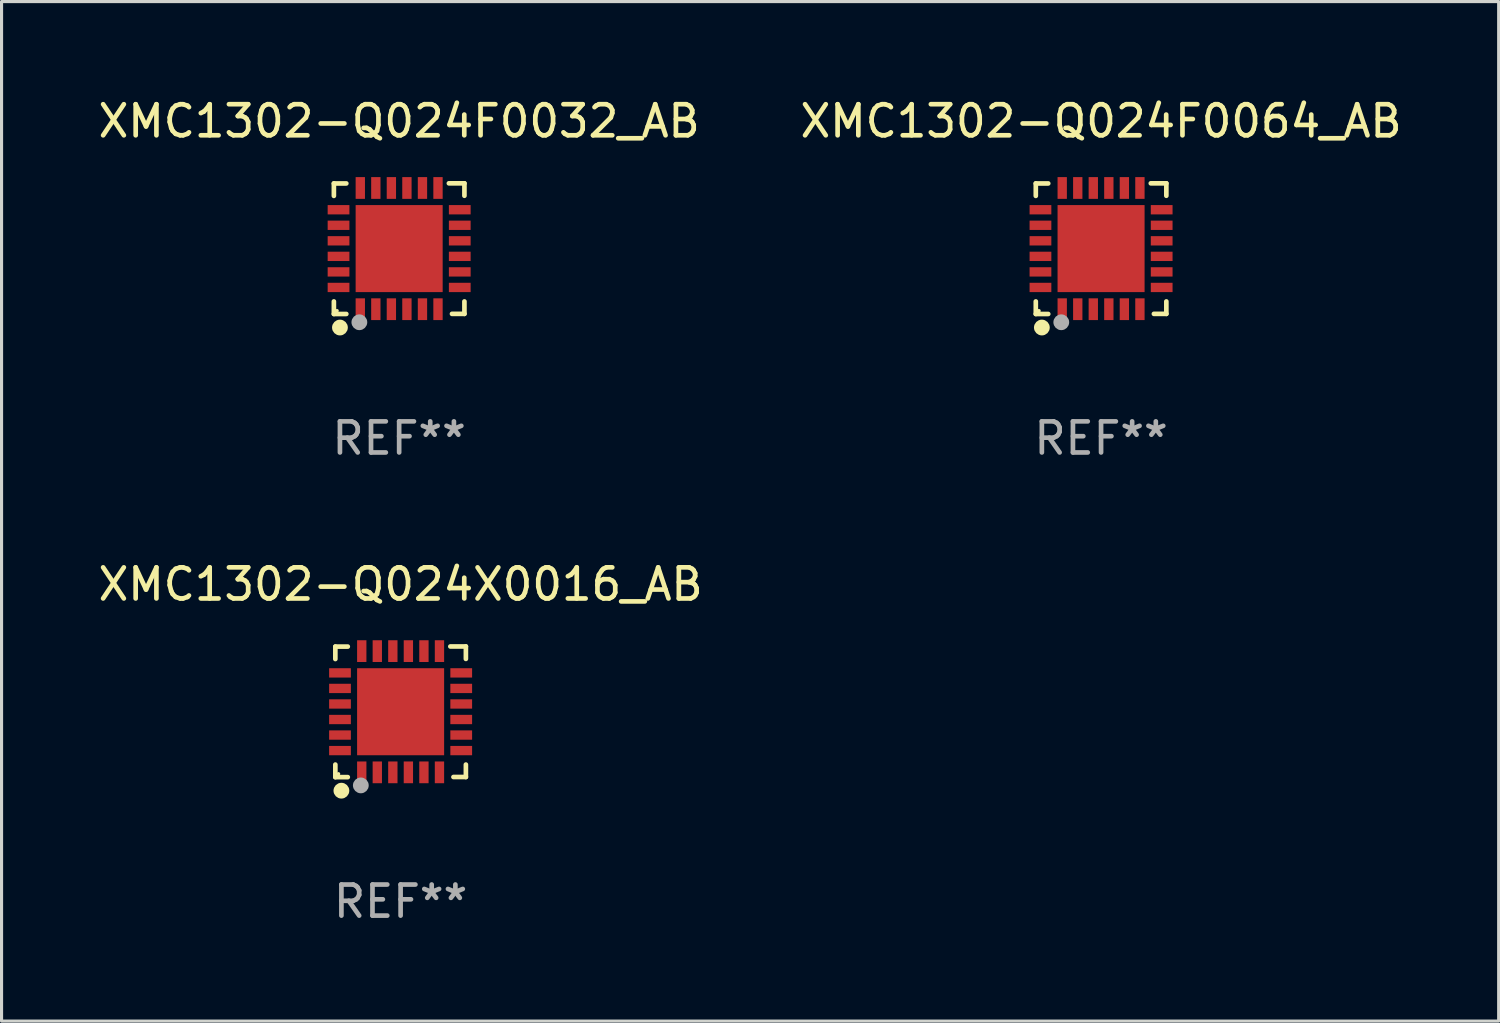
<source format=kicad_pcb>
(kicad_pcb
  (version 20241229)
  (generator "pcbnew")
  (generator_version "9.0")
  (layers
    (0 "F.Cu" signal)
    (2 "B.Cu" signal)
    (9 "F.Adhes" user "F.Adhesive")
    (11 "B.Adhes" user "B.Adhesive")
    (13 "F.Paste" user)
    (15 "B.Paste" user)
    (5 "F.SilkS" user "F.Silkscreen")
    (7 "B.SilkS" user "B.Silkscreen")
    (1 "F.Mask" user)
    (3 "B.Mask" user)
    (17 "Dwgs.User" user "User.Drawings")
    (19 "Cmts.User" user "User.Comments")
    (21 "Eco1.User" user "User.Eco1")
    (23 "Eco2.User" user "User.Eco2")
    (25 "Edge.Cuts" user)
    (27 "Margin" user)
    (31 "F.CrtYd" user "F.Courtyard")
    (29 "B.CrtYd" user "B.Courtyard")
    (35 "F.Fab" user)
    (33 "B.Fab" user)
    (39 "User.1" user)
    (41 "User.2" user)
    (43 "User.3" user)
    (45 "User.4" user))
  (footprint "XMC1302-Q024X0016_AB"
    (layer "F.Cu")
    (at 9.839 19.851)
    (property "Reference" "XMC1302-Q024X0016_AB" (at 0 -4.102 0) (layer "F.SilkS") (effects (font (size 1 1) (thickness 0.15))))
    (attr through_hole)
    (fp_line (start -2.1 -2.098) (end -1.7 -2.098) (stroke (width 0.15) (type solid)) (layer "F.SilkS"))
    (fp_line (start -2.1 -1.698) (end -2.1 -2.098) (stroke (width 0.15) (type solid)) (layer "F.SilkS"))
    (fp_line (start -2.1 2.102) (end -2.1 1.698) (stroke (width 0.15) (type solid)) (layer "F.SilkS"))
    (fp_line (start -1.7 2.102) (end -2.1 2.102) (stroke (width 0.15) (type solid)) (layer "F.SilkS"))
    (fp_line (start 1.6 -2.102) (end 2.1 -2.102) (stroke (width 0.15) (type solid)) (layer "F.SilkS"))
    (fp_line (start 1.7 2.098) (end 2.1 2.098) (stroke (width 0.15) (type solid)) (layer "F.SilkS"))
    (fp_line (start 2.1 -2.102) (end 2.1 -1.702) (stroke (width 0.15) (type solid)) (layer "F.SilkS"))
    (fp_line (start 2.1 2.098) (end 2.1 1.698) (stroke (width 0.15) (type solid)) (layer "F.SilkS"))
    (fp_circle (center -2 1.998) (end -1.97 1.998) (stroke (width 0.06) (type solid)) (fill no) (layer "F.SilkS"))
    (fp_circle (center -1.905 2.538) (end -1.778 2.538) (stroke (width 0.254) (type solid)) (fill no) (layer "F.SilkS"))
    (fp_circle (center -1.28 2.368) (end -1.153 2.368) (stroke (width 0.254) (type solid)) (fill no) (layer "F.Fab"))
    (fp_text user "REF**" (at 0 6.102 0) (layer "F.Fab") (effects (font (size 1 1) (thickness 0.15))))
    (pad "1" smd rect (at -1.25 1.948 180) (size 0.3 0.7) (layers "F.Cu" "F.Mask" "F.Paste"))
    (pad "2" smd rect (at -0.75 1.948 180) (size 0.3 0.7) (layers "F.Cu" "F.Mask" "F.Paste"))
    (pad "3" smd rect (at -0.25 1.948 180) (size 0.3 0.7) (layers "F.Cu" "F.Mask" "F.Paste"))
    (pad "4" smd rect (at 0.25 1.948 180) (size 0.3 0.7) (layers "F.Cu" "F.Mask" "F.Paste"))
    (pad "5" smd rect (at 0.75 1.948 180) (size 0.3 0.7) (layers "F.Cu" "F.Mask" "F.Paste"))
    (pad "6" smd rect (at 1.25 1.948 180) (size 0.3 0.7) (layers "F.Cu" "F.Mask" "F.Paste"))
    (pad "7" smd rect (at 1.95 1.248 270) (size 0.3 0.7) (layers "F.Cu" "F.Mask" "F.Paste"))
    (pad "8" smd rect (at 1.95 0.748 270) (size 0.3 0.7) (layers "F.Cu" "F.Mask" "F.Paste"))
    (pad "9" smd rect (at 1.95 0.248 270) (size 0.3 0.7) (layers "F.Cu" "F.Mask" "F.Paste"))
    (pad "10" smd rect (at 1.95 -0.252 270) (size 0.3 0.7) (layers "F.Cu" "F.Mask" "F.Paste"))
    (pad "11" smd rect (at 1.95 -0.752 270) (size 0.3 0.7) (layers "F.Cu" "F.Mask" "F.Paste"))
    (pad "12" smd rect (at 1.95 -1.252 270) (size 0.3 0.7) (layers "F.Cu" "F.Mask" "F.Paste"))
    (pad "13" smd rect (at 1.25 -1.952) (size 0.3 0.7) (layers "F.Cu" "F.Mask" "F.Paste"))
    (pad "14" smd rect (at 0.75 -1.952) (size 0.3 0.7) (layers "F.Cu" "F.Mask" "F.Paste"))
    (pad "15" smd rect (at 0.25 -1.952) (size 0.3 0.7) (layers "F.Cu" "F.Mask" "F.Paste"))
    (pad "16" smd rect (at -0.25 -1.952) (size 0.3 0.7) (layers "F.Cu" "F.Mask" "F.Paste"))
    (pad "17" smd rect (at -0.75 -1.952) (size 0.3 0.7) (layers "F.Cu" "F.Mask" "F.Paste"))
    (pad "18" smd rect (at -1.25 -1.952) (size 0.3 0.7) (layers "F.Cu" "F.Mask" "F.Paste"))
    (pad "19" smd rect (at -1.95 -1.252 90) (size 0.3 0.7) (layers "F.Cu" "F.Mask" "F.Paste"))
    (pad "20" smd rect (at -1.95 -0.752 90) (size 0.3 0.7) (layers "F.Cu" "F.Mask" "F.Paste"))
    (pad "21" smd rect (at -1.95 -0.252 90) (size 0.3 0.7) (layers "F.Cu" "F.Mask" "F.Paste"))
    (pad "22" smd rect (at -1.95 0.248 90) (size 0.3 0.7) (layers "F.Cu" "F.Mask" "F.Paste"))
    (pad "23" smd rect (at -1.95 0.748 90) (size 0.3 0.7) (layers "F.Cu" "F.Mask" "F.Paste"))
    (pad "24" smd rect (at -1.95 1.248 90) (size 0.3 0.7) (layers "F.Cu" "F.Mask" "F.Paste"))
    (pad "25" smd rect (at 0.000038 -0.002) (size 2.8 2.8) (layers "F.Cu" "F.Mask" "F.Paste")))
  (footprint "XMC1302-Q024F0064_AB"
    (layer "F.Cu")
    (at 32.375 4.95)
    (property "Reference" "XMC1302-Q024F0064_AB" (at 0 -4.102 0) (layer "F.SilkS") (effects (font (size 1 1) (thickness 0.15))))
    (attr through_hole)
    (fp_line (start -2.1 -2.098) (end -1.7 -2.098) (stroke (width 0.15) (type solid)) (layer "F.SilkS"))
    (fp_line (start -2.1 -1.698) (end -2.1 -2.098) (stroke (width 0.15) (type solid)) (layer "F.SilkS"))
    (fp_line (start -2.1 2.102) (end -2.1 1.698) (stroke (width 0.15) (type solid)) (layer "F.SilkS"))
    (fp_line (start -1.7 2.102) (end -2.1 2.102) (stroke (width 0.15) (type solid)) (layer "F.SilkS"))
    (fp_line (start 1.6 -2.102) (end 2.1 -2.102) (stroke (width 0.15) (type solid)) (layer "F.SilkS"))
    (fp_line (start 1.7 2.098) (end 2.1 2.098) (stroke (width 0.15) (type solid)) (layer "F.SilkS"))
    (fp_line (start 2.1 -2.102) (end 2.1 -1.702) (stroke (width 0.15) (type solid)) (layer "F.SilkS"))
    (fp_line (start 2.1 2.098) (end 2.1 1.698) (stroke (width 0.15) (type solid)) (layer "F.SilkS"))
    (fp_circle (center -2 1.998) (end -1.97 1.998) (stroke (width 0.06) (type solid)) (fill no) (layer "F.SilkS"))
    (fp_circle (center -1.905 2.538) (end -1.778 2.538) (stroke (width 0.254) (type solid)) (fill no) (layer "F.SilkS"))
    (fp_circle (center -1.28 2.368) (end -1.153 2.368) (stroke (width 0.254) (type solid)) (fill no) (layer "F.Fab"))
    (fp_text user "REF**" (at 0 6.102 0) (layer "F.Fab") (effects (font (size 1 1) (thickness 0.15))))
    (pad "1" smd rect (at -1.25 1.948 180) (size 0.3 0.7) (layers "F.Cu" "F.Mask" "F.Paste"))
    (pad "2" smd rect (at -0.75 1.948 180) (size 0.3 0.7) (layers "F.Cu" "F.Mask" "F.Paste"))
    (pad "3" smd rect (at -0.25 1.948 180) (size 0.3 0.7) (layers "F.Cu" "F.Mask" "F.Paste"))
    (pad "4" smd rect (at 0.25 1.948 180) (size 0.3 0.7) (layers "F.Cu" "F.Mask" "F.Paste"))
    (pad "5" smd rect (at 0.75 1.948 180) (size 0.3 0.7) (layers "F.Cu" "F.Mask" "F.Paste"))
    (pad "6" smd rect (at 1.25 1.948 180) (size 0.3 0.7) (layers "F.Cu" "F.Mask" "F.Paste"))
    (pad "7" smd rect (at 1.95 1.248 270) (size 0.3 0.7) (layers "F.Cu" "F.Mask" "F.Paste"))
    (pad "8" smd rect (at 1.95 0.748 270) (size 0.3 0.7) (layers "F.Cu" "F.Mask" "F.Paste"))
    (pad "9" smd rect (at 1.95 0.248 270) (size 0.3 0.7) (layers "F.Cu" "F.Mask" "F.Paste"))
    (pad "10" smd rect (at 1.95 -0.252 270) (size 0.3 0.7) (layers "F.Cu" "F.Mask" "F.Paste"))
    (pad "11" smd rect (at 1.95 -0.752 270) (size 0.3 0.7) (layers "F.Cu" "F.Mask" "F.Paste"))
    (pad "12" smd rect (at 1.95 -1.252 270) (size 0.3 0.7) (layers "F.Cu" "F.Mask" "F.Paste"))
    (pad "13" smd rect (at 1.25 -1.952) (size 0.3 0.7) (layers "F.Cu" "F.Mask" "F.Paste"))
    (pad "14" smd rect (at 0.75 -1.952) (size 0.3 0.7) (layers "F.Cu" "F.Mask" "F.Paste"))
    (pad "15" smd rect (at 0.25 -1.952) (size 0.3 0.7) (layers "F.Cu" "F.Mask" "F.Paste"))
    (pad "16" smd rect (at -0.25 -1.952) (size 0.3 0.7) (layers "F.Cu" "F.Mask" "F.Paste"))
    (pad "17" smd rect (at -0.75 -1.952) (size 0.3 0.7) (layers "F.Cu" "F.Mask" "F.Paste"))
    (pad "18" smd rect (at -1.25 -1.952) (size 0.3 0.7) (layers "F.Cu" "F.Mask" "F.Paste"))
    (pad "19" smd rect (at -1.95 -1.252 90) (size 0.3 0.7) (layers "F.Cu" "F.Mask" "F.Paste"))
    (pad "20" smd rect (at -1.95 -0.752 90) (size 0.3 0.7) (layers "F.Cu" "F.Mask" "F.Paste"))
    (pad "21" smd rect (at -1.95 -0.252 90) (size 0.3 0.7) (layers "F.Cu" "F.Mask" "F.Paste"))
    (pad "22" smd rect (at -1.95 0.248 90) (size 0.3 0.7) (layers "F.Cu" "F.Mask" "F.Paste"))
    (pad "23" smd rect (at -1.95 0.748 90) (size 0.3 0.7) (layers "F.Cu" "F.Mask" "F.Paste"))
    (pad "24" smd rect (at -1.95 1.248 90) (size 0.3 0.7) (layers "F.Cu" "F.Mask" "F.Paste"))
    (pad "25" smd rect (at 0.000038 -0.002) (size 2.8 2.8) (layers "F.Cu" "F.Mask" "F.Paste")))
  (footprint "XMC1302-Q024F0032_AB"
    (layer "F.Cu")
    (at 9.792 4.95)
    (property "Reference" "XMC1302-Q024F0032_AB" (at 0 -4.102 0) (layer "F.SilkS") (effects (font (size 1 1) (thickness 0.15))))
    (attr through_hole)
    (fp_line (start -2.1 -2.098) (end -1.7 -2.098) (stroke (width 0.15) (type solid)) (layer "F.SilkS"))
    (fp_line (start -2.1 -1.698) (end -2.1 -2.098) (stroke (width 0.15) (type solid)) (layer "F.SilkS"))
    (fp_line (start -2.1 2.102) (end -2.1 1.698) (stroke (width 0.15) (type solid)) (layer "F.SilkS"))
    (fp_line (start -1.7 2.102) (end -2.1 2.102) (stroke (width 0.15) (type solid)) (layer "F.SilkS"))
    (fp_line (start 1.6 -2.102) (end 2.1 -2.102) (stroke (width 0.15) (type solid)) (layer "F.SilkS"))
    (fp_line (start 1.7 2.098) (end 2.1 2.098) (stroke (width 0.15) (type solid)) (layer "F.SilkS"))
    (fp_line (start 2.1 -2.102) (end 2.1 -1.702) (stroke (width 0.15) (type solid)) (layer "F.SilkS"))
    (fp_line (start 2.1 2.098) (end 2.1 1.698) (stroke (width 0.15) (type solid)) (layer "F.SilkS"))
    (fp_circle (center -2 1.998) (end -1.97 1.998) (stroke (width 0.06) (type solid)) (fill no) (layer "F.SilkS"))
    (fp_circle (center -1.905 2.538) (end -1.778 2.538) (stroke (width 0.254) (type solid)) (fill no) (layer "F.SilkS"))
    (fp_circle (center -1.28 2.368) (end -1.153 2.368) (stroke (width 0.254) (type solid)) (fill no) (layer "F.Fab"))
    (fp_text user "REF**" (at 0 6.102 0) (layer "F.Fab") (effects (font (size 1 1) (thickness 0.15))))
    (pad "1" smd rect (at -1.25 1.948 180) (size 0.3 0.7) (layers "F.Cu" "F.Mask" "F.Paste"))
    (pad "2" smd rect (at -0.75 1.948 180) (size 0.3 0.7) (layers "F.Cu" "F.Mask" "F.Paste"))
    (pad "3" smd rect (at -0.25 1.948 180) (size 0.3 0.7) (layers "F.Cu" "F.Mask" "F.Paste"))
    (pad "4" smd rect (at 0.25 1.948 180) (size 0.3 0.7) (layers "F.Cu" "F.Mask" "F.Paste"))
    (pad "5" smd rect (at 0.75 1.948 180) (size 0.3 0.7) (layers "F.Cu" "F.Mask" "F.Paste"))
    (pad "6" smd rect (at 1.25 1.948 180) (size 0.3 0.7) (layers "F.Cu" "F.Mask" "F.Paste"))
    (pad "7" smd rect (at 1.95 1.248 270) (size 0.3 0.7) (layers "F.Cu" "F.Mask" "F.Paste"))
    (pad "8" smd rect (at 1.95 0.748 270) (size 0.3 0.7) (layers "F.Cu" "F.Mask" "F.Paste"))
    (pad "9" smd rect (at 1.95 0.248 270) (size 0.3 0.7) (layers "F.Cu" "F.Mask" "F.Paste"))
    (pad "10" smd rect (at 1.95 -0.252 270) (size 0.3 0.7) (layers "F.Cu" "F.Mask" "F.Paste"))
    (pad "11" smd rect (at 1.95 -0.752 270) (size 0.3 0.7) (layers "F.Cu" "F.Mask" "F.Paste"))
    (pad "12" smd rect (at 1.95 -1.252 270) (size 0.3 0.7) (layers "F.Cu" "F.Mask" "F.Paste"))
    (pad "13" smd rect (at 1.25 -1.952) (size 0.3 0.7) (layers "F.Cu" "F.Mask" "F.Paste"))
    (pad "14" smd rect (at 0.75 -1.952) (size 0.3 0.7) (layers "F.Cu" "F.Mask" "F.Paste"))
    (pad "15" smd rect (at 0.25 -1.952) (size 0.3 0.7) (layers "F.Cu" "F.Mask" "F.Paste"))
    (pad "16" smd rect (at -0.25 -1.952) (size 0.3 0.7) (layers "F.Cu" "F.Mask" "F.Paste"))
    (pad "17" smd rect (at -0.75 -1.952) (size 0.3 0.7) (layers "F.Cu" "F.Mask" "F.Paste"))
    (pad "18" smd rect (at -1.25 -1.952) (size 0.3 0.7) (layers "F.Cu" "F.Mask" "F.Paste"))
    (pad "19" smd rect (at -1.95 -1.252 90) (size 0.3 0.7) (layers "F.Cu" "F.Mask" "F.Paste"))
    (pad "20" smd rect (at -1.95 -0.752 90) (size 0.3 0.7) (layers "F.Cu" "F.Mask" "F.Paste"))
    (pad "21" smd rect (at -1.95 -0.252 90) (size 0.3 0.7) (layers "F.Cu" "F.Mask" "F.Paste"))
    (pad "22" smd rect (at -1.95 0.248 90) (size 0.3 0.7) (layers "F.Cu" "F.Mask" "F.Paste"))
    (pad "23" smd rect (at -1.95 0.748 90) (size 0.3 0.7) (layers "F.Cu" "F.Mask" "F.Paste"))
    (pad "24" smd rect (at -1.95 1.248 90) (size 0.3 0.7) (layers "F.Cu" "F.Mask" "F.Paste"))
    (pad "25" smd rect (at 0.000038 -0.002) (size 2.8 2.8) (layers "F.Cu" "F.Mask" "F.Paste")))
  (gr_rect
    (start -3 -3)
    (end 45.167 29.802)
    (stroke (width 0.1) (type default))
    (fill no)
    (layer "Edge.Cuts")))
</source>
